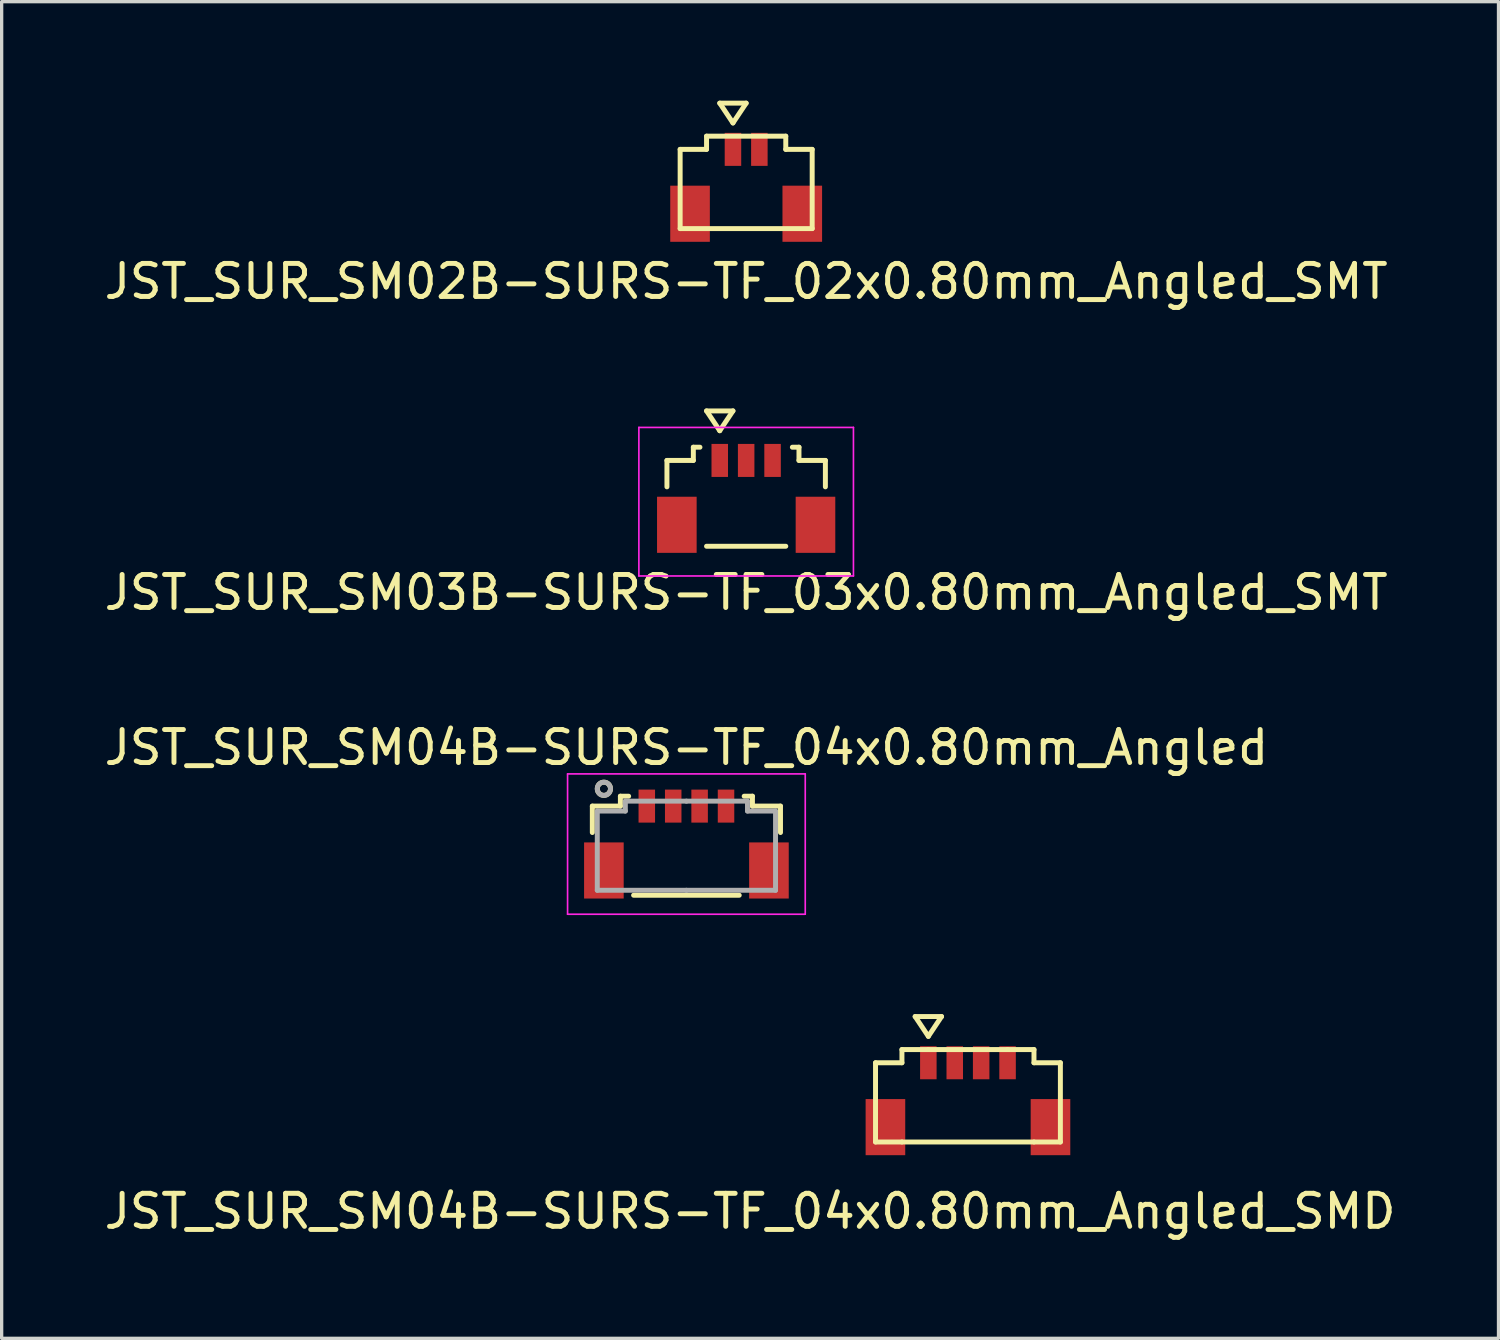
<source format=kicad_pcb>
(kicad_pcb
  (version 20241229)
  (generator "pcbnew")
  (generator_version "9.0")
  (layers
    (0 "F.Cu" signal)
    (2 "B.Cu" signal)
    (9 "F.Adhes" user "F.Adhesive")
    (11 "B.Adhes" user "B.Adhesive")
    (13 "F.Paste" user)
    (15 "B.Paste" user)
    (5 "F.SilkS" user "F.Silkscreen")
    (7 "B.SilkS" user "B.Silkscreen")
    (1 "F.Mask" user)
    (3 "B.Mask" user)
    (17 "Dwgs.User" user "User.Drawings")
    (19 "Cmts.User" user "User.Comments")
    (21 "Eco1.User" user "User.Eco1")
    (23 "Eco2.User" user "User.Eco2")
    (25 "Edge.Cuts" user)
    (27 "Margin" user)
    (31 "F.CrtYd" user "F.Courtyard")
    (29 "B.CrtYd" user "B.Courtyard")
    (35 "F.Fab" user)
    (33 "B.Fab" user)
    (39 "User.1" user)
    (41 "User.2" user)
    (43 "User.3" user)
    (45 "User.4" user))
  (footprint "JST_SUR_SM04B-SURS-TF_04x0.80mm_Angled_SMD"
    (layer "F.Cu")
    (at 26.273 29.145)
    (property "Reference" "JST_SUR_SM04B-SURS-TF_04x0.80mm_Angled_SMD" (at -6.6 4.5 0) (layer "F.SilkS") (effects (font (size 1 1) (thickness 0.15))))
    (attr smd)
    (fp_line (start -2.8 0) (end -2 0) (stroke (width 0.15) (type solid)) (layer "F.SilkS"))
    (fp_line (start -2.8 2.4) (end -2.8 0) (stroke (width 0.15) (type solid)) (layer "F.SilkS"))
    (fp_line (start -2 -0.4) (end -1.2 -0.4) (stroke (width 0.15) (type solid)) (layer "F.SilkS"))
    (fp_line (start -2 0) (end -2 -0.4) (stroke (width 0.15) (type solid)) (layer "F.SilkS"))
    (fp_line (start -2 2.4) (end -2.8 2.4) (stroke (width 0.15) (type solid)) (layer "F.SilkS"))
    (fp_line (start -1.6 -1.4) (end -1.2 -0.8) (stroke (width 0.15) (type solid)) (layer "F.SilkS"))
    (fp_line (start -1.2 -0.8) (end -0.8 -1.4) (stroke (width 0.15) (type solid)) (layer "F.SilkS"))
    (fp_line (start -1.2 -0.4) (end 1.2 -0.4) (stroke (width 0.15) (type solid)) (layer "F.SilkS"))
    (fp_line (start -0.8 -1.4) (end -1.6 -1.4) (stroke (width 0.15) (type solid)) (layer "F.SilkS"))
    (fp_line (start 2 -0.4) (end 1.2 -0.4) (stroke (width 0.15) (type solid)) (layer "F.SilkS"))
    (fp_line (start 2 -0.4) (end 2 0) (stroke (width 0.15) (type solid)) (layer "F.SilkS"))
    (fp_line (start 2 0) (end 2.8 0) (stroke (width 0.15) (type solid)) (layer "F.SilkS"))
    (fp_line (start 2 2.4) (end -2 2.4) (stroke (width 0.15) (type solid)) (layer "F.SilkS"))
    (fp_line (start 2.8 0) (end 2.8 2.4) (stroke (width 0.15) (type solid)) (layer "F.SilkS"))
    (fp_line (start 2.8 2.4) (end 2 2.4) (stroke (width 0.15) (type solid)) (layer "F.SilkS"))
    (pad "" smd rect (at -2.5 1.95) (size 1.2 1.7) (layers "F.Cu" "F.Mask" "F.Paste"))
    (pad "" smd rect (at 2.5 1.95) (size 1.2 1.7) (layers "F.Cu" "F.Mask" "F.Paste"))
    (pad "1" smd rect (at -1.2 0) (size 0.5 1) (layers "F.Cu" "F.Mask" "F.Paste"))
    (pad "2" smd rect (at -0.4 0) (size 0.5 1) (layers "F.Cu" "F.Mask" "F.Paste"))
    (pad "3" smd rect (at 0.4 0) (size 0.5 1) (layers "F.Cu" "F.Mask" "F.Paste"))
    (pad "4" smd rect (at 1.2 0) (size 0.5 1) (layers "F.Cu" "F.Mask" "F.Paste")))
  (footprint "JST_SUR_SM03B-SURS-TF_03x0.80mm_Angled_SMT"
    (layer "F.Cu")
    (at 19.554 10.898)
    (property "Reference" "JST_SUR_SM03B-SURS-TF_03x0.80mm_Angled_SMT" (at 0 4 0) (layer "F.SilkS") (effects (font (size 1 1) (thickness 0.15))))
    (attr smd)
    (fp_line (start -2.4 0) (end -1.6 0) (stroke (width 0.15) (type solid)) (layer "F.SilkS"))
    (fp_line (start -2.4 0.8) (end -2.4 0) (stroke (width 0.15) (type solid)) (layer "F.SilkS"))
    (fp_line (start -1.6 0) (end -1.6 -0.4) (stroke (width 0.15) (type solid)) (layer "F.SilkS"))
    (fp_line (start -1.4 -0.4) (end -1.6 -0.4) (stroke (width 0.15) (type solid)) (layer "F.SilkS"))
    (fp_line (start -1.2 -1.5) (end -0.8 -0.9) (stroke (width 0.15) (type solid)) (layer "F.SilkS"))
    (fp_line (start -0.8 -0.9) (end -0.4 -1.5) (stroke (width 0.15) (type solid)) (layer "F.SilkS"))
    (fp_line (start -0.4 -1.5) (end -1.2 -1.5) (stroke (width 0.15) (type solid)) (layer "F.SilkS"))
    (fp_line (start 1.2 2.6) (end -1.2 2.6) (stroke (width 0.15) (type solid)) (layer "F.SilkS"))
    (fp_line (start 1.6 -0.4) (end 1.4 -0.4) (stroke (width 0.15) (type solid)) (layer "F.SilkS"))
    (fp_line (start 1.6 -0.4) (end 1.6 0) (stroke (width 0.15) (type solid)) (layer "F.SilkS"))
    (fp_line (start 1.6 0) (end 2.4 0) (stroke (width 0.15) (type solid)) (layer "F.SilkS"))
    (fp_line (start 2.4 0) (end 2.4 0.8) (stroke (width 0.15) (type solid)) (layer "F.SilkS"))
    (fp_line (start -3.25 -1) (end -3.25 3.5) (stroke (width 0.05) (type solid)) (layer "F.CrtYd"))
    (fp_line (start -3.25 3.5) (end 3.25 3.5) (stroke (width 0.05) (type solid)) (layer "F.CrtYd"))
    (fp_line (start 3.25 -1) (end -3.25 -1) (stroke (width 0.05) (type solid)) (layer "F.CrtYd"))
    (fp_line (start 3.25 3.5) (end 3.25 -1) (stroke (width 0.05) (type solid)) (layer "F.CrtYd"))
    (pad "" smd rect (at -2.1 1.95) (size 1.2 1.7) (layers "F.Cu" "F.Mask" "F.Paste"))
    (pad "" smd rect (at 2.1 1.95) (size 1.2 1.7) (layers "F.Cu" "F.Mask" "F.Paste"))
    (pad "1" smd rect (at -0.8 0) (size 0.5 1) (layers "F.Cu" "F.Mask" "F.Paste"))
    (pad "2" smd rect (at 0 0) (size 0.5 1) (layers "F.Cu" "F.Mask" "F.Paste"))
    (pad "3" smd rect (at 0.8 0) (size 0.5 1) (layers "F.Cu" "F.Mask" "F.Paste")))
  (footprint "JST_SUR_SM02B-SURS-TF_02x0.80mm_Angled_SMT"
    (layer "F.Cu")
    (at 19.554 1.475)
    (property "Reference" "JST_SUR_SM02B-SURS-TF_02x0.80mm_Angled_SMT" (at 0 4 0) (layer "F.SilkS") (effects (font (size 1 1) (thickness 0.15))))
    (attr smd)
    (fp_line (start -2 0) (end -1.2 0) (stroke (width 0.15) (type solid)) (layer "F.SilkS"))
    (fp_line (start -2 2.4) (end -2 0) (stroke (width 0.15) (type solid)) (layer "F.SilkS"))
    (fp_line (start -1.2 -0.4) (end 1.2 -0.4) (stroke (width 0.15) (type solid)) (layer "F.SilkS"))
    (fp_line (start -1.2 0) (end -1.2 -0.4) (stroke (width 0.15) (type solid)) (layer "F.SilkS"))
    (fp_line (start -0.8 -1.4) (end -0.4 -0.8) (stroke (width 0.15) (type solid)) (layer "F.SilkS"))
    (fp_line (start -0.4 -0.8) (end 0 -1.4) (stroke (width 0.15) (type solid)) (layer "F.SilkS"))
    (fp_line (start 0 -1.4) (end -0.8 -1.4) (stroke (width 0.15) (type solid)) (layer "F.SilkS"))
    (fp_line (start 1.2 -0.4) (end 1.2 0) (stroke (width 0.15) (type solid)) (layer "F.SilkS"))
    (fp_line (start 1.2 0) (end 2 0) (stroke (width 0.15) (type solid)) (layer "F.SilkS"))
    (fp_line (start 2 0) (end 2 2.4) (stroke (width 0.15) (type solid)) (layer "F.SilkS"))
    (fp_line (start 2 2.4) (end -2 2.4) (stroke (width 0.15) (type solid)) (layer "F.SilkS"))
    (pad "" smd rect (at -1.7 1.95) (size 1.2 1.7) (layers "F.Cu" "F.Mask" "F.Paste"))
    (pad "" smd rect (at 1.7 1.95) (size 1.2 1.7) (layers "F.Cu" "F.Mask" "F.Paste"))
    (pad "1" smd rect (at -0.4 0) (size 0.5 1) (layers "F.Cu" "F.Mask" "F.Paste"))
    (pad "2" smd rect (at 0.4 0) (size 0.5 1) (layers "F.Cu" "F.Mask" "F.Paste")))
  (footprint "JST_SUR_SM04B-SURS-TF_04x0.80mm_Angled"
    (layer "F.Cu")
    (at 17.744 22.345)
    (property "Reference" "JST_SUR_SM04B-SURS-TF_04x0.80mm_Angled" (at 0 -2.75 0) (layer "F.SilkS") (effects (font (size 1 1) (thickness 0.15))))
    (attr smd)
    (fp_line (start -2.85 -0.975) (end -2.85 -0.175) (stroke (width 0.15) (type solid)) (layer "F.SilkS"))
    (fp_line (start -2 -1.275) (end -2 -0.975) (stroke (width 0.15) (type solid)) (layer "F.SilkS"))
    (fp_line (start -2 -0.975) (end -2.85 -0.975) (stroke (width 0.15) (type solid)) (layer "F.SilkS"))
    (fp_line (start -1.75 -1.275) (end -2 -1.275) (stroke (width 0.15) (type solid)) (layer "F.SilkS"))
    (fp_line (start -1.6 1.725) (end 1.6 1.725) (stroke (width 0.15) (type solid)) (layer "F.SilkS"))
    (fp_line (start 1.75 -1.275) (end 2 -1.275) (stroke (width 0.15) (type solid)) (layer "F.SilkS"))
    (fp_line (start 2 -1.275) (end 2 -0.975) (stroke (width 0.15) (type solid)) (layer "F.SilkS"))
    (fp_line (start 2 -0.975) (end 2.85 -0.975) (stroke (width 0.15) (type solid)) (layer "F.SilkS"))
    (fp_line (start 2.85 -0.975) (end 2.85 -0.175) (stroke (width 0.15) (type solid)) (layer "F.SilkS"))
    (fp_circle (center -2.5 -1.5) (end -2.3 -1.5) (stroke (width 0.15) (type solid)) (fill no) (layer "F.SilkS"))
    (fp_line (start -3.6 -1.95) (end 3.6 -1.95) (stroke (width 0.05) (type solid)) (layer "F.CrtYd"))
    (fp_line (start -3.6 2.3) (end -3.6 -1.95) (stroke (width 0.05) (type solid)) (layer "F.CrtYd"))
    (fp_line (start 3.6 -1.95) (end 3.6 2.3) (stroke (width 0.05) (type solid)) (layer "F.CrtYd"))
    (fp_line (start 3.6 2.3) (end -3.6 2.3) (stroke (width 0.05) (type solid)) (layer "F.CrtYd"))
    (fp_line (start -2.7 -0.825) (end -2.7 1.575) (stroke (width 0.15) (type solid)) (layer "F.Fab"))
    (fp_line (start -2.7 1.575) (end 0 1.575) (stroke (width 0.15) (type solid)) (layer "F.Fab"))
    (fp_line (start -1.85 -1.125) (end -1.85 -0.825) (stroke (width 0.15) (type solid)) (layer "F.Fab"))
    (fp_line (start -1.85 -0.825) (end -2.7 -0.825) (stroke (width 0.15) (type solid)) (layer "F.Fab"))
    (fp_line (start 0 -1.125) (end -1.85 -1.125) (stroke (width 0.15) (type solid)) (layer "F.Fab"))
    (fp_line (start 0 -1.125) (end 1.85 -1.125) (stroke (width 0.15) (type solid)) (layer "F.Fab"))
    (fp_line (start 1.85 -1.125) (end 1.85 -0.825) (stroke (width 0.15) (type solid)) (layer "F.Fab"))
    (fp_line (start 1.85 -0.825) (end 2.7 -0.825) (stroke (width 0.15) (type solid)) (layer "F.Fab"))
    (fp_line (start 2.7 -0.825) (end 2.7 1.575) (stroke (width 0.15) (type solid)) (layer "F.Fab"))
    (fp_line (start 2.7 1.575) (end 0 1.575) (stroke (width 0.15) (type solid)) (layer "F.Fab"))
    (fp_circle (center -2.5 -1.5) (end -2.3 -1.5) (stroke (width 0.15) (type solid)) (fill no) (layer "F.Fab"))
    (pad "" smd rect (at -2.5 0.975) (size 1.2 1.7) (layers "F.Cu" "F.Mask" "F.Paste"))
    (pad "" smd rect (at 2.5 0.975) (size 1.2 1.7) (layers "F.Cu" "F.Mask" "F.Paste"))
    (pad "1" smd rect (at -1.2 -0.975) (size 0.5 1) (layers "F.Cu" "F.Mask" "F.Paste"))
    (pad "2" smd rect (at -0.4 -0.975) (size 0.5 1) (layers "F.Cu" "F.Mask" "F.Paste"))
    (pad "3" smd rect (at 0.4 -0.975) (size 0.5 1) (layers "F.Cu" "F.Mask" "F.Paste"))
    (pad "4" smd rect (at 1.2 -0.975) (size 0.5 1) (layers "F.Cu" "F.Mask" "F.Paste")))
  (gr_rect
    (start -3 -3)
    (end 42.345 37.493)
    (stroke (width 0.1) (type default))
    (fill no)
    (layer "Edge.Cuts")))
</source>
